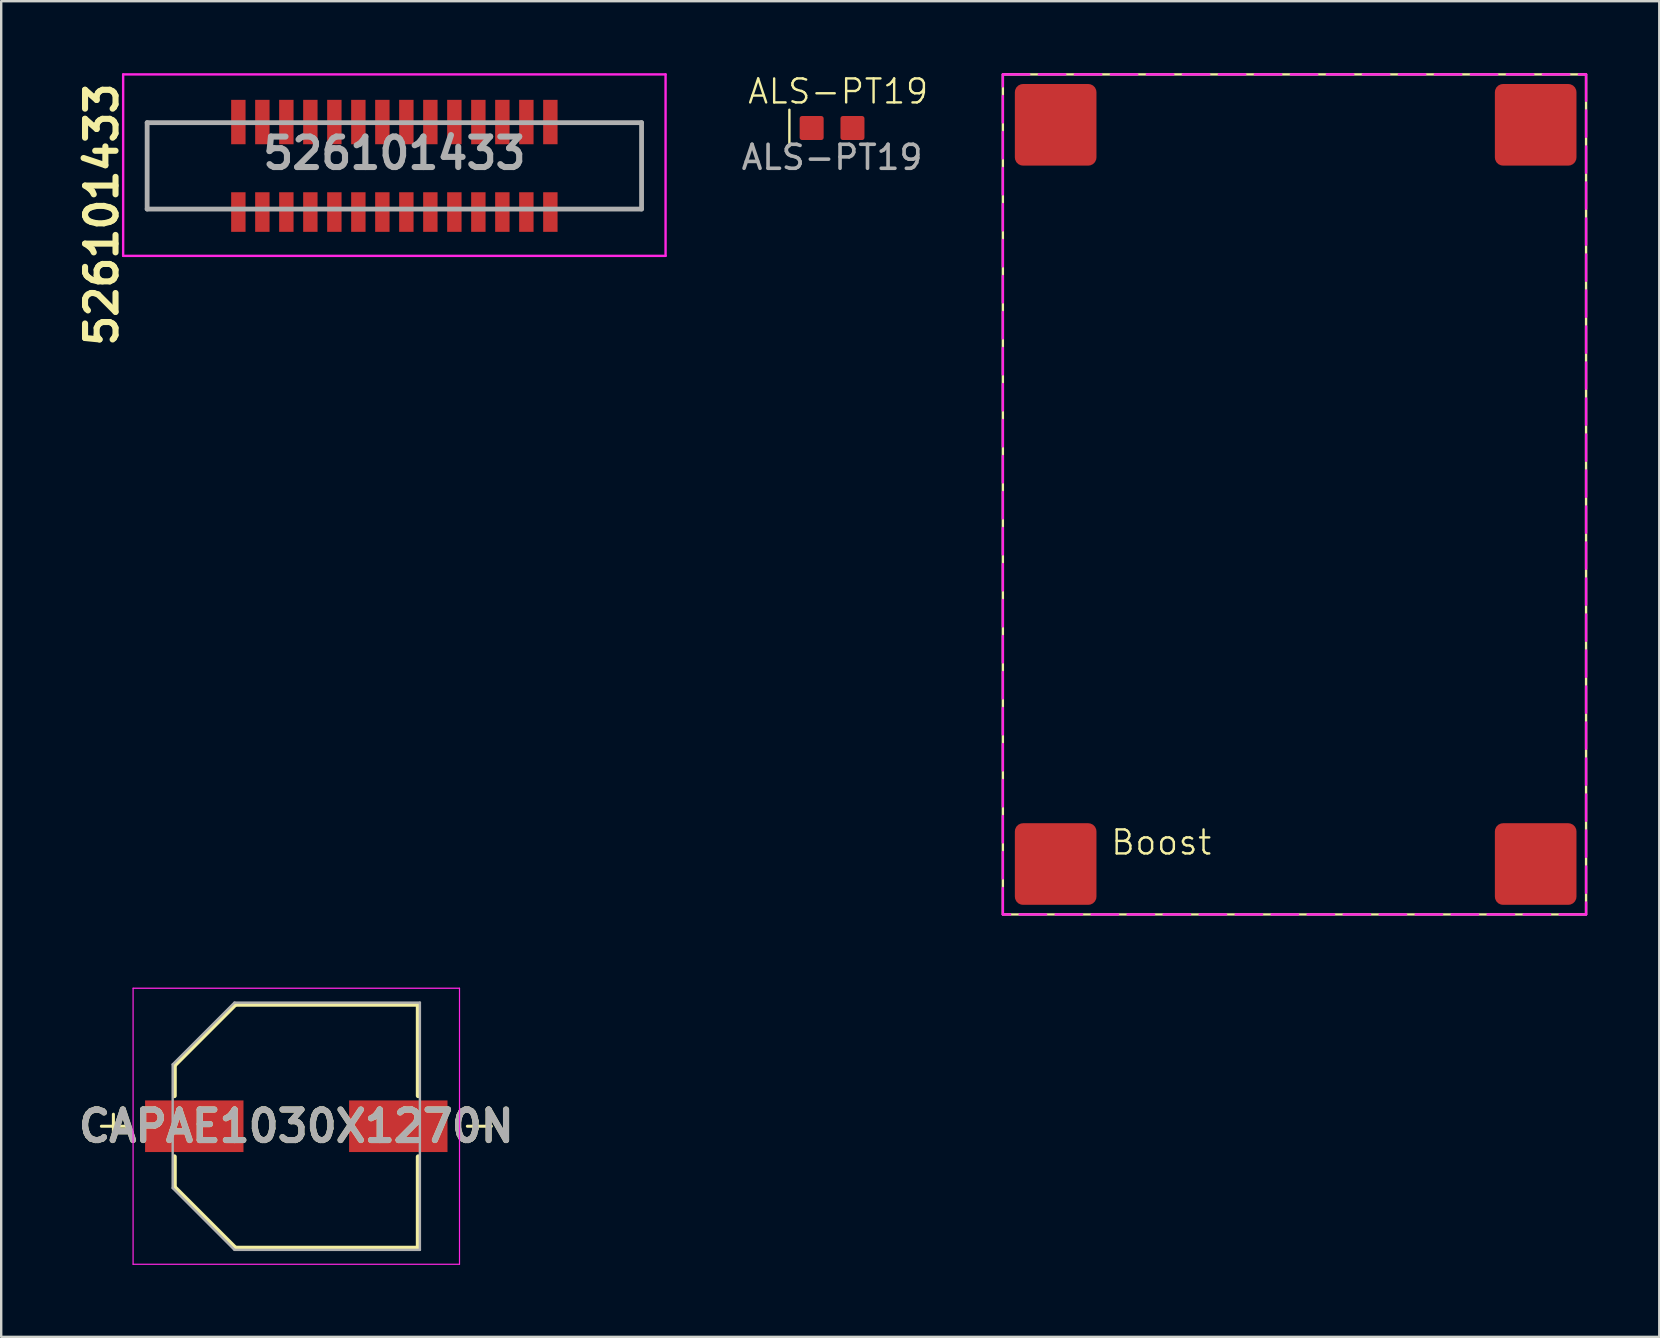
<source format=kicad_pcb>
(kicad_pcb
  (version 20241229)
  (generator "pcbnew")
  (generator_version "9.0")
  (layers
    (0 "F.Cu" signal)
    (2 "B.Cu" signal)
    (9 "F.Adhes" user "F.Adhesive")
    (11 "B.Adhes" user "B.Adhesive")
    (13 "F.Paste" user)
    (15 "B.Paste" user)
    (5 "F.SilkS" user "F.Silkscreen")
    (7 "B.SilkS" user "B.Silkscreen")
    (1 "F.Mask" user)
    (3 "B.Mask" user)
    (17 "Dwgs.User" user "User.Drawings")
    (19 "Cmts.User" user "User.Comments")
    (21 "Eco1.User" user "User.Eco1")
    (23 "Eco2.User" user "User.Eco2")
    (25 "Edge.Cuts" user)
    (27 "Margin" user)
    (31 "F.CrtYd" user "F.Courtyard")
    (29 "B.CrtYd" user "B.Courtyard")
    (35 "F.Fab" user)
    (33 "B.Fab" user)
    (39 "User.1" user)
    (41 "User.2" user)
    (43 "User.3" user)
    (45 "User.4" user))
  (footprint "526101433"
    (layer "F.Cu")
    (at 13.381 3.86)
    (property "Reference" "526101433" (at -12.192 2.032 90) (layer "F.SilkS") (effects (font (size 1.27 1.27) (thickness 0.254))))
    (attr smd)
    (fp_line (start -10.3 -1.8) (end -10.3 -1.8) (stroke (width 0.1) (type solid)) (layer "F.SilkS"))
    (fp_line (start -10.3 -1.8) (end -10.3 -1.8) (stroke (width 0.1) (type solid)) (layer "F.SilkS"))
    (fp_line (start -10.3 -1.8) (end -10.3 1.8) (stroke (width 0.1) (type solid)) (layer "F.SilkS"))
    (fp_line (start -10.3 -1.8) (end -7.5 -1.8) (stroke (width 0.1) (type solid)) (layer "F.SilkS"))
    (fp_line (start -10.3 1.8) (end -10.3 -1.8) (stroke (width 0.1) (type solid)) (layer "F.SilkS"))
    (fp_line (start -10.3 1.8) (end -10.3 1.8) (stroke (width 0.1) (type solid)) (layer "F.SilkS"))
    (fp_line (start -10.3 1.8) (end -10.3 1.8) (stroke (width 0.1) (type solid)) (layer "F.SilkS"))
    (fp_line (start -10.3 1.8) (end -7.5 1.8) (stroke (width 0.1) (type solid)) (layer "F.SilkS"))
    (fp_line (start -7.5 -1.8) (end -10.3 -1.8) (stroke (width 0.1) (type solid)) (layer "F.SilkS"))
    (fp_line (start -7.5 -1.8) (end -7.5 -1.8) (stroke (width 0.1) (type solid)) (layer "F.SilkS"))
    (fp_line (start -7.5 1.8) (end -10.3 1.8) (stroke (width 0.1) (type solid)) (layer "F.SilkS"))
    (fp_line (start -7.5 1.8) (end -7.5 1.8) (stroke (width 0.1) (type solid)) (layer "F.SilkS"))
    (fp_line (start 7.5 -1.8) (end 7.5 -1.8) (stroke (width 0.1) (type solid)) (layer "F.SilkS"))
    (fp_line (start 7.5 -1.8) (end 10.3 -1.8) (stroke (width 0.1) (type solid)) (layer "F.SilkS"))
    (fp_line (start 7.5 1.8) (end 7.5 1.8) (stroke (width 0.1) (type solid)) (layer "F.SilkS"))
    (fp_line (start 7.5 1.8) (end 10.3 1.8) (stroke (width 0.1) (type solid)) (layer "F.SilkS"))
    (fp_line (start 10.3 -1.8) (end 7.5 -1.8) (stroke (width 0.1) (type solid)) (layer "F.SilkS"))
    (fp_line (start 10.3 -1.8) (end 10.3 -1.8) (stroke (width 0.1) (type solid)) (layer "F.SilkS"))
    (fp_line (start 10.3 -1.8) (end 10.3 -1.8) (stroke (width 0.1) (type solid)) (layer "F.SilkS"))
    (fp_line (start 10.3 -1.8) (end 10.3 1.8) (stroke (width 0.1) (type solid)) (layer "F.SilkS"))
    (fp_line (start 10.3 1.8) (end 7.5 1.8) (stroke (width 0.1) (type solid)) (layer "F.SilkS"))
    (fp_line (start 10.3 1.8) (end 10.3 -1.8) (stroke (width 0.1) (type solid)) (layer "F.SilkS"))
    (fp_line (start 10.3 1.8) (end 10.3 1.8) (stroke (width 0.1) (type solid)) (layer "F.SilkS"))
    (fp_line (start 10.3 1.8) (end 10.3 1.8) (stroke (width 0.1) (type solid)) (layer "F.SilkS"))
    (fp_line (start -11.3 3.75) (end -11.3 -3.81) (stroke (width 0.1) (type solid)) (layer "F.CrtYd"))
    (fp_line (start 11.3 -3.81) (end -11.3 -3.81) (stroke (width 0.1) (type solid)) (layer "F.CrtYd"))
    (fp_line (start 11.3 3.75) (end -11.3 3.75) (stroke (width 0.1) (type solid)) (layer "F.CrtYd"))
    (fp_line (start 11.3 3.75) (end 11.3 -3.81) (stroke (width 0.1) (type solid)) (layer "F.CrtYd"))
    (fp_line (start -10.3 -1.8) (end -10.3 1.8) (stroke (width 0.2) (type solid)) (layer "F.Fab"))
    (fp_line (start -10.3 1.8) (end 10.3 1.8) (stroke (width 0.2) (type solid)) (layer "F.Fab"))
    (fp_line (start 10.3 -1.8) (end -10.3 -1.8) (stroke (width 0.2) (type solid)) (layer "F.Fab"))
    (fp_line (start 10.3 1.8) (end 10.3 -1.8) (stroke (width 0.2) (type solid)) (layer "F.Fab"))
    (fp_text user "${REFERENCE}" (at 0 -0.525 0) (layer "F.Fab") (effects (font (size 1.27 1.27) (thickness 0.254))))
    (pad "1" smd rect (at -6.5 -1.825) (size 0.6 1.85) (layers "F.Cu" "F.Mask" "F.Paste"))
    (pad "2" smd rect (at -6.5 1.925) (size 0.6 1.65) (layers "F.Cu" "F.Mask" "F.Paste"))
    (pad "3" smd rect (at -5.5 -1.825) (size 0.6 1.85) (layers "F.Cu" "F.Mask" "F.Paste"))
    (pad "4" smd rect (at -5.5 1.925) (size 0.6 1.65) (layers "F.Cu" "F.Mask" "F.Paste"))
    (pad "5" smd rect (at -4.5 -1.825) (size 0.6 1.85) (layers "F.Cu" "F.Mask" "F.Paste"))
    (pad "6" smd rect (at -4.5 1.925) (size 0.6 1.65) (layers "F.Cu" "F.Mask" "F.Paste"))
    (pad "7" smd rect (at -3.5 -1.825) (size 0.6 1.85) (layers "F.Cu" "F.Mask" "F.Paste"))
    (pad "8" smd rect (at -3.5 1.925) (size 0.6 1.65) (layers "F.Cu" "F.Mask" "F.Paste"))
    (pad "9" smd rect (at -2.5 -1.825) (size 0.6 1.85) (layers "F.Cu" "F.Mask" "F.Paste"))
    (pad "10" smd rect (at -2.5 1.925) (size 0.6 1.65) (layers "F.Cu" "F.Mask" "F.Paste"))
    (pad "11" smd rect (at -1.5 -1.825) (size 0.6 1.85) (layers "F.Cu" "F.Mask" "F.Paste"))
    (pad "12" smd rect (at -1.5 1.925) (size 0.6 1.65) (layers "F.Cu" "F.Mask" "F.Paste"))
    (pad "13" smd rect (at -0.5 -1.825) (size 0.6 1.85) (layers "F.Cu" "F.Mask" "F.Paste"))
    (pad "14" smd rect (at -0.5 1.925) (size 0.6 1.65) (layers "F.Cu" "F.Mask" "F.Paste"))
    (pad "15" smd rect (at 0.5 -1.825) (size 0.6 1.85) (layers "F.Cu" "F.Mask" "F.Paste"))
    (pad "16" smd rect (at 0.5 1.925) (size 0.6 1.65) (layers "F.Cu" "F.Mask" "F.Paste"))
    (pad "17" smd rect (at 1.5 -1.825) (size 0.6 1.85) (layers "F.Cu" "F.Mask" "F.Paste"))
    (pad "18" smd rect (at 1.5 1.925) (size 0.6 1.65) (layers "F.Cu" "F.Mask" "F.Paste"))
    (pad "19" smd rect (at 2.5 -1.825) (size 0.6 1.85) (layers "F.Cu" "F.Mask" "F.Paste"))
    (pad "20" smd rect (at 2.5 1.925) (size 0.6 1.65) (layers "F.Cu" "F.Mask" "F.Paste"))
    (pad "21" smd rect (at 3.5 -1.825) (size 0.6 1.85) (layers "F.Cu" "F.Mask" "F.Paste"))
    (pad "22" smd rect (at 3.5 1.925) (size 0.6 1.65) (layers "F.Cu" "F.Mask" "F.Paste"))
    (pad "23" smd rect (at 4.5 -1.825) (size 0.6 1.85) (layers "F.Cu" "F.Mask" "F.Paste"))
    (pad "24" smd rect (at 4.5 1.925) (size 0.6 1.65) (layers "F.Cu" "F.Mask" "F.Paste"))
    (pad "25" smd rect (at 5.5 -1.825) (size 0.6 1.85) (layers "F.Cu" "F.Mask" "F.Paste"))
    (pad "26" smd rect (at 5.5 1.925) (size 0.6 1.65) (layers "F.Cu" "F.Mask" "F.Paste"))
    (pad "27" smd rect (at 6.5 -1.825) (size 0.6 1.85) (layers "F.Cu" "F.Mask" "F.Paste"))
    (pad "28" smd rect (at 6.5 1.925) (size 0.6 1.65) (layers "F.Cu" "F.Mask" "F.Paste")))
  (footprint "ALS-PT19"
    (layer "F.Cu")
    (at 31.618 2.284)
    (property "Reference" "ALS-PT19" (at 0.254 -1.524 0) (unlocked yes) (layer "F.SilkS") (effects (font (size 1 1) (thickness 0.1))))
    (attr smd)
    (fp_line (start -1.778 -0.762) (end -1.778 0.762) (stroke (width 0.1) (type default)) (layer "F.SilkS"))
    (fp_text user "${REFERENCE}" (at 0 1.222 0) (unlocked yes) (layer "F.Fab") (effects (font (size 1 1) (thickness 0.15))))
    (pad "1" smd roundrect (at -0.85 0) (size 1 1) (layers "F.Cu" "F.Mask" "F.Paste") (roundrect_rratio 0.1))
    (pad "2" smd roundrect (at 0.85 0) (size 1 1) (layers "F.Cu" "F.Mask" "F.Paste") (roundrect_rratio 0.1)))
  (footprint "CAPAE1030X1270N"
    (layer "F.Cu")
    (at 9.295 43.875)
    (property "Reference" "CAPAE1030X1270N" (at 0 0 0) (layer "F.SilkS") (effects (font (size 1.27 1.27) (thickness 0.254))))
    (attr smd)
    (fp_line (start -8.12 0) (end -7.12 0) (stroke (width 0.127) (type solid)) (layer "F.SilkS"))
    (fp_line (start -7.62 -0.5) (end -7.62 0.5) (stroke (width 0.127) (type solid)) (layer "F.SilkS"))
    (fp_line (start -5.08 -2.54) (end -5.08 -1.27) (stroke (width 0.2) (type default)) (layer "F.SilkS"))
    (fp_line (start -5.08 1.27) (end -5.08 2.54) (stroke (width 0.2) (type default)) (layer "F.SilkS"))
    (fp_line (start -5.08 2.54) (end -2.54 5.08) (stroke (width 0.2) (type default)) (layer "F.SilkS"))
    (fp_line (start -2.54 -5.08) (end -5.08 -2.54) (stroke (width 0.2) (type default)) (layer "F.SilkS"))
    (fp_line (start -2.54 5.08) (end 5.08 5.08) (stroke (width 0.2) (type default)) (layer "F.SilkS"))
    (fp_line (start 5.08 -5.08) (end -2.54 -5.08) (stroke (width 0.2) (type default)) (layer "F.SilkS"))
    (fp_line (start 5.08 -1.27) (end 5.08 -5.08) (stroke (width 0.2) (type default)) (layer "F.SilkS"))
    (fp_line (start 5.08 5.08) (end 5.08 1.27) (stroke (width 0.2) (type default)) (layer "F.SilkS"))
    (fp_line (start 7.128 0) (end 8.128 0) (stroke (width 0.127) (type solid)) (layer "F.SilkS"))
    (fp_line (start -6.8 -5.75) (end 6.8 -5.75) (stroke (width 0.05) (type solid)) (layer "F.CrtYd"))
    (fp_line (start -6.8 5.75) (end -6.8 -5.75) (stroke (width 0.05) (type solid)) (layer "F.CrtYd"))
    (fp_line (start 6.8 -5.75) (end 6.8 5.75) (stroke (width 0.05) (type solid)) (layer "F.CrtYd"))
    (fp_line (start 6.8 5.75) (end -6.8 5.75) (stroke (width 0.05) (type solid)) (layer "F.CrtYd"))
    (fp_line (start -5.15 -2.575) (end -5.15 2.575) (stroke (width 0.1) (type solid)) (layer "F.Fab"))
    (fp_line (start -5.15 2.575) (end -2.575 5.15) (stroke (width 0.1) (type solid)) (layer "F.Fab"))
    (fp_line (start -2.575 -5.15) (end -5.15 -2.575) (stroke (width 0.1) (type solid)) (layer "F.Fab"))
    (fp_line (start 5.15 -5.15) (end -2.575 -5.15) (stroke (width 0.1) (type solid)) (layer "F.Fab"))
    (fp_line (start 5.15 5.15) (end -2.575 5.15) (stroke (width 0.1) (type solid)) (layer "F.Fab"))
    (fp_line (start 5.15 5.15) (end 5.15 -5.15) (stroke (width 0.1) (type solid)) (layer "F.Fab"))
    (fp_text user "${REFERENCE}" (at 0 0 0) (layer "F.Fab") (effects (font (size 1.27 1.27) (thickness 0.254))))
    (pad "1" smd rect (at -4.25 0 90) (size 2.15 4.1) (layers "F.Cu" "F.Mask" "F.Paste"))
    (pad "2" smd rect (at 4.25 0 90) (size 2.15 4.1) (layers "F.Cu" "F.Mask" "F.Paste")))
  (footprint "Boost"
    (layer "F.Cu")
    (at 50.934 17.55)
    (property "Reference" "Boost" (at -5.6 14.5 0) (unlocked yes) (layer "F.SilkS") (effects (font (size 1 1) (thickness 0.1))))
    (attr through_hole exclude_from_bom)
    (fp_rect (start -12.2 -17.5) (end 12.1 17.5) (stroke (width 0.1) (type default)) (fill no) (layer "F.SilkS"))
    (fp_rect (start -12.2 -17.5) (end 12.1 17.5) (stroke (width 0.1) (type dash)) (fill no) (layer "F.CrtYd"))
    (pad "1" smd roundrect (at -10 15.4) (size 3.4 3.4) (layers "F.Cu" "F.Mask" "F.Paste") (roundrect_rratio 0.1))
    (pad "2" smd roundrect (at 10 15.4) (size 3.4 3.4) (layers "F.Cu" "F.Mask" "F.Paste") (roundrect_rratio 0.1))
    (pad "3" smd roundrect (at -10 -15.4) (size 3.4 3.4) (layers "F.Cu" "F.Mask" "F.Paste") (roundrect_rratio 0.1))
    (pad "4" smd roundrect (at 10 -15.4) (size 3.4 3.4) (layers "F.Cu" "F.Mask" "F.Paste") (roundrect_rratio 0.1)))
  (gr_rect
    (start -3 -3)
    (end 66.084 52.65)
    (stroke (width 0.1) (type default))
    (fill no)
    (layer "Edge.Cuts")))
</source>
